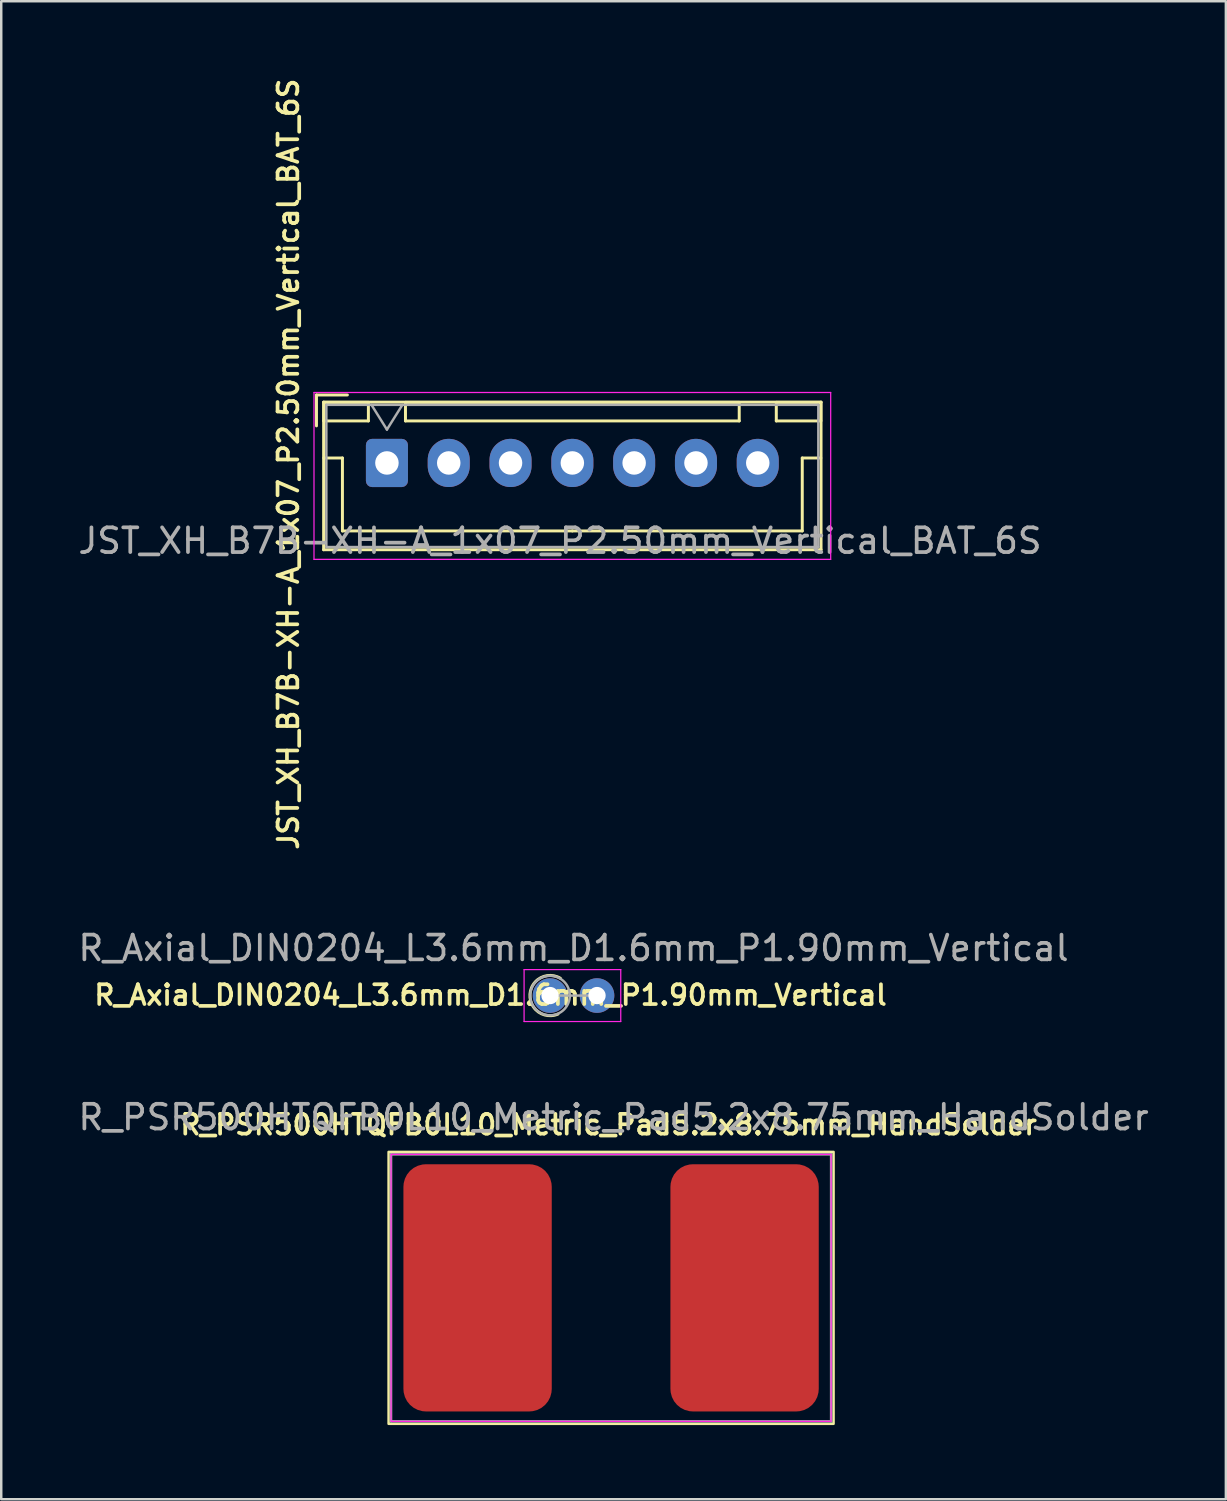
<source format=kicad_pcb>
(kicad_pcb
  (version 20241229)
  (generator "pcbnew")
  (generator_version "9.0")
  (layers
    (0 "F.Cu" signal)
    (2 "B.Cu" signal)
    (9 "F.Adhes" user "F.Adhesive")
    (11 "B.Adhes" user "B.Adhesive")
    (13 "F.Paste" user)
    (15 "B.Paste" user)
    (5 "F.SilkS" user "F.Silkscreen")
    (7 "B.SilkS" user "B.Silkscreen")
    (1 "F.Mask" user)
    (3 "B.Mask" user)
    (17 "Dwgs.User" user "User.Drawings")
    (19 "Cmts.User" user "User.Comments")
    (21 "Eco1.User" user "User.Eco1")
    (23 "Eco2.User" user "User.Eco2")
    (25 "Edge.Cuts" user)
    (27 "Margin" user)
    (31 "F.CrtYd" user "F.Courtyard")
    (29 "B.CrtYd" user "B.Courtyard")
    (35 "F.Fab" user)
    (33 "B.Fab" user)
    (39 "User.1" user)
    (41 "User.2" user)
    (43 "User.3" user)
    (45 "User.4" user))
  (footprint "R_Axial_DIN0204_L3.6mm_D1.6mm_P1.90mm_Vertical"
    (layer "F.Cu")
    (at 19.199 37.22)
    (property "Reference" "R_Axial_DIN0204_L3.6mm_D1.6mm_P1.90mm_Vertical" (at -2.406 -0.02 0) (layer "F.SilkS") (effects (font (size 0.8 0.8) (thickness 0.15))))
    (attr through_hole)
    (fp_arc (start 0.320095 0.749359) (mid -0.813042 -0.054435) (end 0.417133 -0.7) (stroke (width 0.12) (type solid)) (layer "F.SilkS"))
    (fp_line (start -1.05 -1.05) (end -1.05 1.05) (stroke (width 0.05) (type solid)) (layer "F.CrtYd"))
    (fp_line (start -1.05 1.05) (end 2.86 1.05) (stroke (width 0.05) (type solid)) (layer "F.CrtYd"))
    (fp_line (start 2.86 -1.05) (end -1.05 -1.05) (stroke (width 0.05) (type solid)) (layer "F.CrtYd"))
    (fp_line (start 2.86 1.05) (end 2.86 -1.05) (stroke (width 0.05) (type solid)) (layer "F.CrtYd"))
    (fp_line (start 0 0) (end 1.9 0) (stroke (width 0.1) (type solid)) (layer "F.Fab"))
    (fp_circle (center 0 0) (end 0.8 0) (stroke (width 0.1) (type solid)) (fill no) (layer "F.Fab"))
    (fp_text user "${REFERENCE}" (at 0.95 -1.92 0) (layer "F.Fab") (effects (font (size 1 1) (thickness 0.15))))
    (pad "1" thru_hole circle (at 0 0) (size 1.4 1.4) (drill 0.7) (layers "*.Cu" "*.Mask"))
    (pad "2" thru_hole oval (at 1.9 0) (size 1.4 1.4) (drill 0.7) (layers "*.Cu" "*.Mask")))
  (footprint "R_PSR500HTQFB0L10_Metric_Pad5.2x8.75mm_HandSolder"
    (layer "F.Cu")
    (at 21.668 49.043)
    (property "Reference" "R_PSR500HTQFB0L10_Metric_Pad5.2x8.75mm_HandSolder" (at -0.1 -6.6 0) (layer "F.SilkS") (effects (font (size 0.8 0.8) (thickness 0.15))))
    (attr smd)
    (fp_rect (start -9 -5.5) (end 9 5.5) (stroke (width 0.1) (type default)) (fill no) (layer "F.SilkS"))
    (fp_rect (start -8.9 -5.4) (end 8.9 5.4) (stroke (width 0.05) (type default)) (fill no) (layer "F.CrtYd"))
    (fp_line (start -8.9 -5.4) (end 8.9 -5.4) (stroke (width 0.1) (type solid)) (layer "F.Fab"))
    (fp_line (start -8.9 5.4) (end -8.9 -5.4) (stroke (width 0.1) (type solid)) (layer "F.Fab"))
    (fp_line (start 8.9 -5.4) (end 8.9 5.4) (stroke (width 0.1) (type solid)) (layer "F.Fab"))
    (fp_line (start 8.9 5.4) (end -8.9 5.4) (stroke (width 0.1) (type solid)) (layer "F.Fab"))
    (fp_text user "${REFERENCE}" (at 0.1 -6.9 180) (layer "F.Fab") (effects (font (size 1 1) (thickness 0.15))))
    (pad "1" smd roundrect (at -5.4 0) (size 6 10) (layers "F.Cu" "F.Mask" "F.Paste") (roundrect_rratio 0.152))
    (pad "2" smd roundrect (at 5.4 0) (size 6 10) (layers "F.Cu" "F.Mask" "F.Paste") (roundrect_rratio 0.152)))
  (footprint "JST_XH_B7B-XH-A_1x07_P2.50mm_Vertical_BAT_6S"
    (layer "F.Cu")
    (at 12.601 15.676)
    (property "Reference" "JST_XH_B7B-XH-A_1x07_P2.50mm_Vertical_BAT_6S" (at -3.987 0.05 90) (layer "F.SilkS") (effects (font (size 0.8 0.8) (thickness 0.15))))
    (attr through_hole)
    (fp_line (start -2.85 -2.75) (end -2.85 -1.5) (stroke (width 0.12) (type solid)) (layer "F.SilkS"))
    (fp_line (start -2.56 -2.46) (end -2.56 3.51) (stroke (width 0.12) (type solid)) (layer "F.SilkS"))
    (fp_line (start -2.56 3.51) (end 17.56 3.51) (stroke (width 0.12) (type solid)) (layer "F.SilkS"))
    (fp_line (start -2.55 -2.45) (end -2.55 -1.7) (stroke (width 0.12) (type solid)) (layer "F.SilkS"))
    (fp_line (start -2.55 -1.7) (end -0.75 -1.7) (stroke (width 0.12) (type solid)) (layer "F.SilkS"))
    (fp_line (start -2.55 -0.2) (end -1.8 -0.2) (stroke (width 0.12) (type solid)) (layer "F.SilkS"))
    (fp_line (start -1.8 -0.2) (end -1.8 2.75) (stroke (width 0.12) (type solid)) (layer "F.SilkS"))
    (fp_line (start -1.8 2.75) (end 7.5 2.75) (stroke (width 0.12) (type solid)) (layer "F.SilkS"))
    (fp_line (start -1.6 -2.75) (end -2.85 -2.75) (stroke (width 0.12) (type solid)) (layer "F.SilkS"))
    (fp_line (start -0.75 -2.45) (end -2.55 -2.45) (stroke (width 0.12) (type solid)) (layer "F.SilkS"))
    (fp_line (start -0.75 -1.7) (end -0.75 -2.45) (stroke (width 0.12) (type solid)) (layer "F.SilkS"))
    (fp_line (start 0.75 -2.45) (end 0.75 -1.7) (stroke (width 0.12) (type solid)) (layer "F.SilkS"))
    (fp_line (start 0.75 -1.7) (end 14.25 -1.7) (stroke (width 0.12) (type solid)) (layer "F.SilkS"))
    (fp_line (start 14.25 -2.45) (end 0.75 -2.45) (stroke (width 0.12) (type solid)) (layer "F.SilkS"))
    (fp_line (start 14.25 -1.7) (end 14.25 -2.45) (stroke (width 0.12) (type solid)) (layer "F.SilkS"))
    (fp_line (start 15.75 -2.45) (end 15.75 -1.7) (stroke (width 0.12) (type solid)) (layer "F.SilkS"))
    (fp_line (start 15.75 -1.7) (end 17.55 -1.7) (stroke (width 0.12) (type solid)) (layer "F.SilkS"))
    (fp_line (start 16.8 -0.2) (end 16.8 2.75) (stroke (width 0.12) (type solid)) (layer "F.SilkS"))
    (fp_line (start 16.8 2.75) (end 7.5 2.75) (stroke (width 0.12) (type solid)) (layer "F.SilkS"))
    (fp_line (start 17.55 -2.45) (end 15.75 -2.45) (stroke (width 0.12) (type solid)) (layer "F.SilkS"))
    (fp_line (start 17.55 -1.7) (end 17.55 -2.45) (stroke (width 0.12) (type solid)) (layer "F.SilkS"))
    (fp_line (start 17.55 -0.2) (end 16.8 -0.2) (stroke (width 0.12) (type solid)) (layer "F.SilkS"))
    (fp_line (start 17.56 -2.46) (end -2.56 -2.46) (stroke (width 0.12) (type solid)) (layer "F.SilkS"))
    (fp_line (start 17.56 3.51) (end 17.56 -2.46) (stroke (width 0.12) (type solid)) (layer "F.SilkS"))
    (fp_line (start -2.95 -2.85) (end -2.95 3.9) (stroke (width 0.05) (type solid)) (layer "F.CrtYd"))
    (fp_line (start -2.95 3.9) (end 17.95 3.9) (stroke (width 0.05) (type solid)) (layer "F.CrtYd"))
    (fp_line (start 17.95 -2.85) (end -2.95 -2.85) (stroke (width 0.05) (type solid)) (layer "F.CrtYd"))
    (fp_line (start 17.95 3.9) (end 17.95 -2.85) (stroke (width 0.05) (type solid)) (layer "F.CrtYd"))
    (fp_line (start -2.45 -2.35) (end -2.45 3.4) (stroke (width 0.1) (type solid)) (layer "F.Fab"))
    (fp_line (start -2.45 3.4) (end 17.45 3.4) (stroke (width 0.1) (type solid)) (layer "F.Fab"))
    (fp_line (start -0.625 -2.35) (end 0 -1.35) (stroke (width 0.1) (type solid)) (layer "F.Fab"))
    (fp_line (start 0 -1.35) (end 0.625 -2.35) (stroke (width 0.1) (type solid)) (layer "F.Fab"))
    (fp_line (start 17.45 -2.35) (end -2.45 -2.35) (stroke (width 0.1) (type solid)) (layer "F.Fab"))
    (fp_line (start 17.45 3.4) (end 17.45 -2.35) (stroke (width 0.1) (type solid)) (layer "F.Fab"))
    (fp_text user "${REFERENCE}" (at 7 3.15 0) (layer "F.Fab") (effects (font (size 1 1) (thickness 0.15))))
    (pad "0" thru_hole oval (at 15 0) (size 1.7 1.95) (drill 0.95) (layers "*.Cu" "*.Mask"))
    (pad "1" thru_hole oval (at 12.5 0) (size 1.7 1.95) (drill 0.95) (layers "*.Cu" "*.Mask"))
    (pad "2" thru_hole oval (at 10 0) (size 1.7 1.95) (drill 0.95) (layers "*.Cu" "*.Mask"))
    (pad "3" thru_hole oval (at 7.5 0) (size 1.7 1.95) (drill 0.95) (layers "*.Cu" "*.Mask"))
    (pad "4" thru_hole oval (at 5 0) (size 1.7 1.95) (drill 0.95) (layers "*.Cu" "*.Mask"))
    (pad "5" thru_hole oval (at 2.5 0) (size 1.7 1.95) (drill 0.95) (layers "*.Cu" "*.Mask"))
    (pad "6" thru_hole roundrect (at 0 0) (size 1.7 1.95) (drill 0.95) (layers "*.Cu" "*.Mask") (roundrect_rratio 0.147)))
  (gr_rect
    (start -3 -3)
    (end 46.536 57.593)
    (stroke (width 0.1) (type default))
    (fill no)
    (layer "Edge.Cuts")))
</source>
